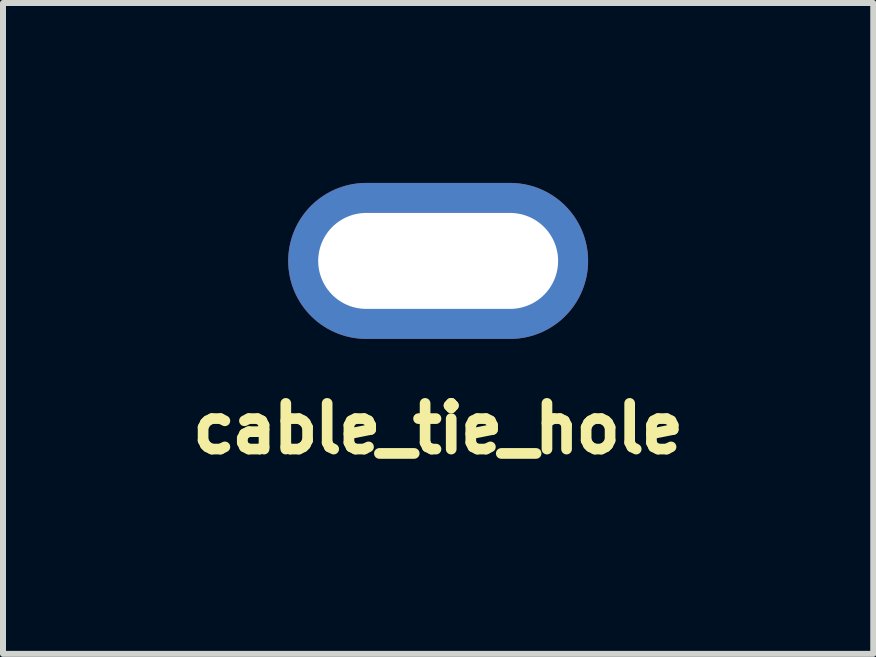
<source format=kicad_pcb>
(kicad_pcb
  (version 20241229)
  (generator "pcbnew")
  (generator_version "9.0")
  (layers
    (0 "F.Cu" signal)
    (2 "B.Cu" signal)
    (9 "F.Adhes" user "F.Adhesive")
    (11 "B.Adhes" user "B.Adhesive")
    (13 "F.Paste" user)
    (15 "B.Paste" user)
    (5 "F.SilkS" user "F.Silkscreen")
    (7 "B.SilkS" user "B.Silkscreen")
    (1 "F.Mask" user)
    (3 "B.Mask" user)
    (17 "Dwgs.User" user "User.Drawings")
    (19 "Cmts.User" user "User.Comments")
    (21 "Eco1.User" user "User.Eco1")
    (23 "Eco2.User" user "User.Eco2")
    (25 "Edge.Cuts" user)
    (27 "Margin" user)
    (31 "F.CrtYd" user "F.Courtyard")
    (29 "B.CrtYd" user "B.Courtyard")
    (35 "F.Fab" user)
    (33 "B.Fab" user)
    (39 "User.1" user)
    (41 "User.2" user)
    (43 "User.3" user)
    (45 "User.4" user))
  (footprint "cable_tie_hole"
    (layer "F.Cu")
    (at 4.255 1.3)
    (property "Reference" "cable_tie_hole" (at 0 2.794 0) (layer "F.SilkS") (effects (font (size 0.762 0.762) (thickness 0.178))))
    (attr through_hole)
    (pad "" thru_hole oval (at 0 0) (size 5 2.6) (drill oval 4 1.6) (layers "*.Cu" "*.Mask")))
  (gr_rect
    (start -3 -3)
    (end 11.509 7.852)
    (stroke (width 0.1) (type default))
    (fill no)
    (layer "Edge.Cuts")))
</source>
